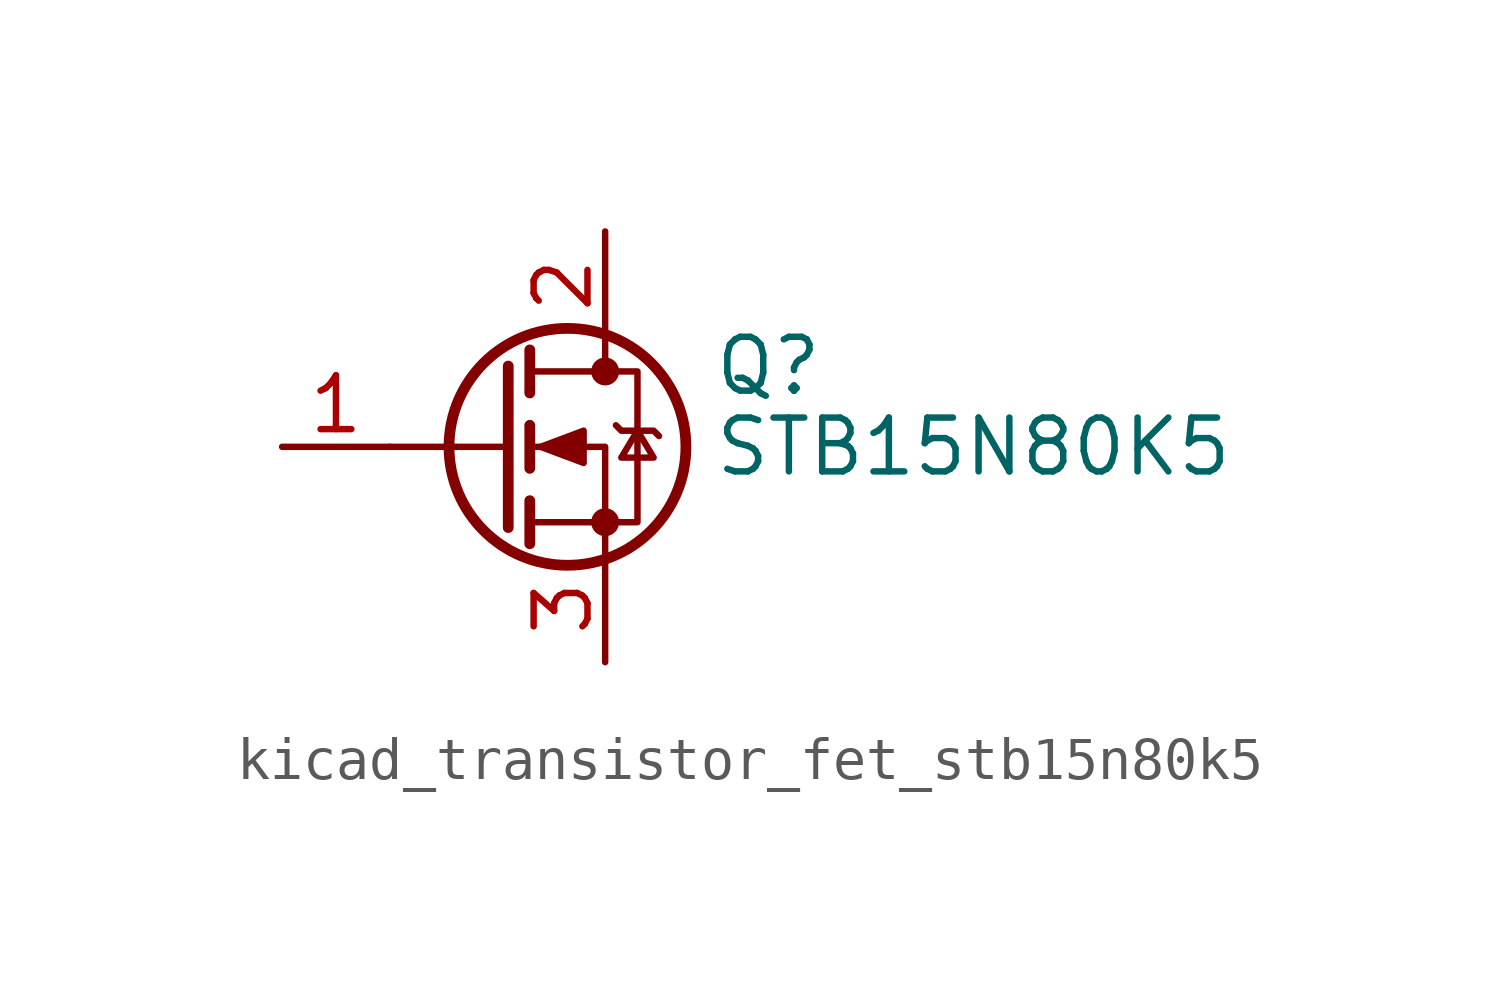
<source format=kicad_sym>
(kicad_symbol_lib
  (version 20220914)
  (generator kicad_symbol_editor)
  (symbol "kicad_transistor_fet_stb15n80k5"
    (pin_names hide)
    (property "Reference" "Q"
      (at 5.08 1.905 0)
      (effects (font (size 1.27 1.27)) (justify left)))
    (property "Value" "STB15N80K5"
      (at 5.08 0 0)
      (effects (font (size 1.27 1.27)) (justify left)))
    (symbol "kicad_transistor_fet_stb15n80k5_0_1"
      (polyline (pts (xy 0.254 0) (xy -2.54 0)) (stroke (width 0) (type default)) (fill (type none)))
      (polyline (pts (xy 0.254 1.905) (xy 0.254 -1.905)) (stroke (width 0.254) (type default)) (fill (type none)))
      (polyline (pts (xy 0.762 -1.27) (xy 0.762 -2.286)) (stroke (width 0.254) (type default)) (fill (type none)))
      (polyline (pts (xy 0.762 0.508) (xy 0.762 -0.508)) (stroke (width 0.254) (type default)) (fill (type none)))
      (polyline (pts (xy 0.762 2.286) (xy 0.762 1.27)) (stroke (width 0.254) (type default)) (fill (type none)))
      (polyline (pts (xy 2.54 2.54) (xy 2.54 1.778)) (stroke (width 0) (type default)) (fill (type none)))
      (polyline (pts (xy 2.54 -2.54) (xy 2.54 0) (xy 0.762 0)) (stroke (width 0) (type default)) (fill (type none)))
      (polyline (pts (xy 0.762 -1.778) (xy 3.302 -1.778) (xy 3.302 1.778) (xy 0.762 1.778)) (stroke (width 0) (type default)) (fill (type none)))
      (polyline (pts (xy 1.016 0) (xy 2.032 0.381) (xy 2.032 -0.381) (xy 1.016 0)) (stroke (width 0) (type default)) (fill (type outline)))
      (polyline (pts (xy 2.794 0.508) (xy 2.921 0.381) (xy 3.683 0.381) (xy 3.81 0.254)) (stroke (width 0) (type default)) (fill (type none)))
      (polyline (pts (xy 3.302 0.381) (xy 2.921 -0.254) (xy 3.683 -0.254) (xy 3.302 0.381)) (stroke (width 0) (type default)) (fill (type none)))
      (circle (center 1.651 0) (radius 2.794) (stroke (width 0.254) (type default)) (fill (type none)))
      (circle (center 2.54 -1.778) (radius 0.254) (stroke (width 0) (type default)) (fill (type outline)))
      (circle (center 2.54 1.778) (radius 0.254) (stroke (width 0) (type default)) (fill (type outline))))
    (symbol "kicad_transistor_fet_stb15n80k5_1_1"
      (pin passive line (at -5.08 0 0) (length 2.54) (name "G" (effects (font (size 1.27 1.27)))) (number "1" (effects (font (size 1.27 1.27)))))
      (pin passive line (at 2.54 5.08 270) (length 2.54) (name "D" (effects (font (size 1.27 1.27)))) (number "2" (effects (font (size 1.27 1.27)))))
      (pin passive line (at 2.54 -5.08 90) (length 2.54) (name "S" (effects (font (size 1.27 1.27)))) (number "3" (effects (font (size 1.27 1.27))))))))
</source>
